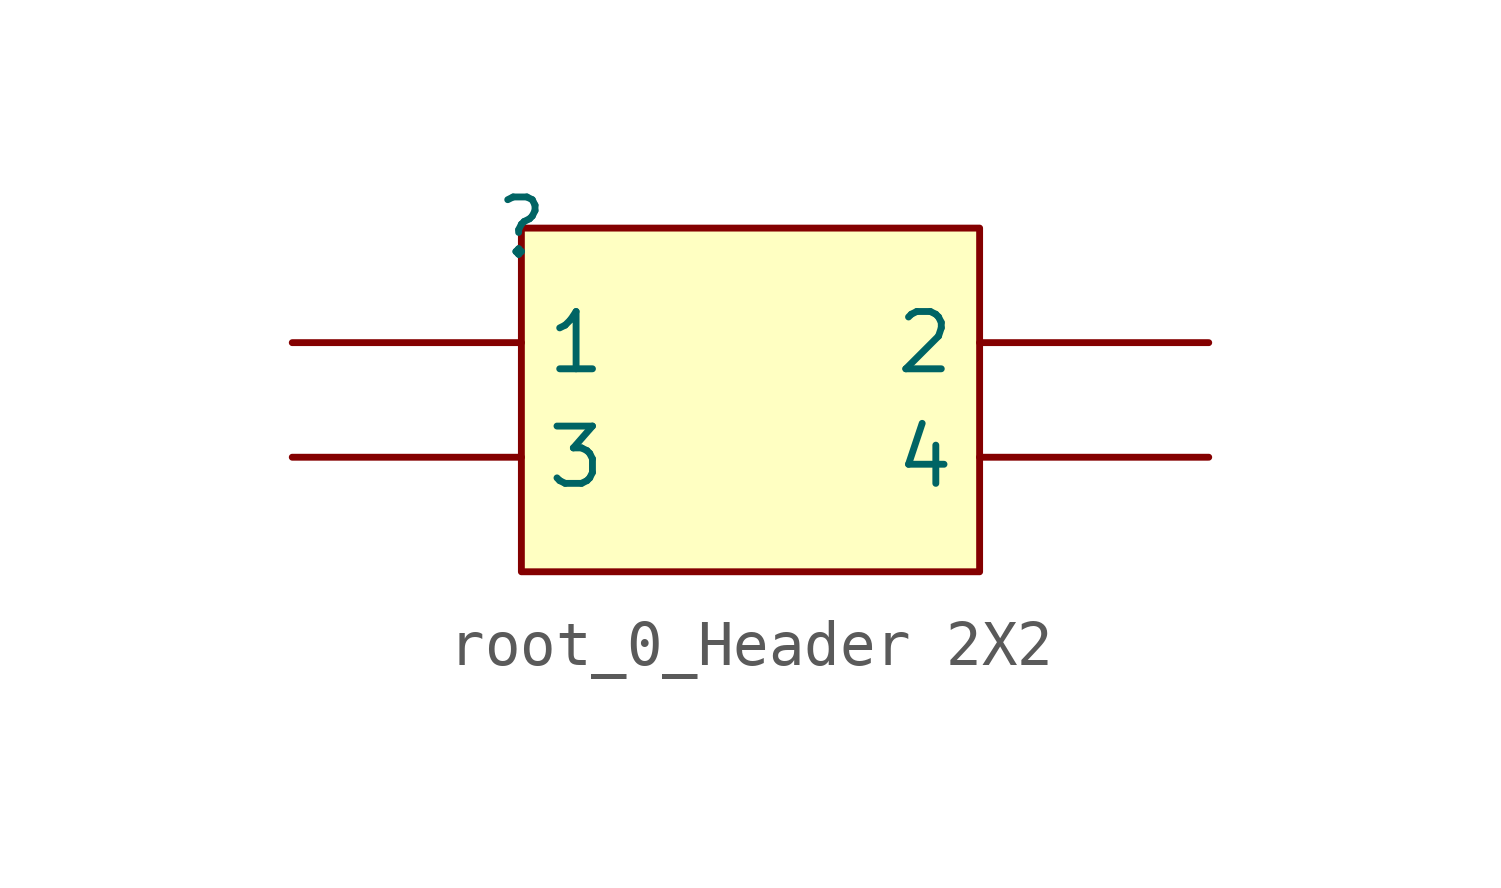
<source format=kicad_sym>
(kicad_symbol_lib
  (version 20220914)
  (generator kicad_symbol_editor)
  (symbol "root_0_Header 2X2"
    (property "Reference" ""
      (at 0 0 0)
      (effects (font (size 1.27 1.27))))
    (property "Value" ""
      (at 0 0 0)
      (effects (font (size 1.27 1.27))))
    (symbol "root_0_Header 2X2_1_0"
      (rectangle (start 10.16 0) (end 0 -7.62) (stroke (width 0) (type solid)) (fill (type background)))
      (pin passive line (at -5.08 -2.54 0) (length 5.08) (name "1" (effects (font (size 1.27 1.27)))) (number "1" (effects (font (size 0 0)))))
      (pin passive line (at 15.24 -2.54 180) (length 5.08) (name "2" (effects (font (size 1.27 1.27)))) (number "2" (effects (font (size 0 0)))))
      (pin passive line (at -5.08 -5.08 0) (length 5.08) (name "3" (effects (font (size 1.27 1.27)))) (number "3" (effects (font (size 0 0)))))
      (pin passive line (at 15.24 -5.08 180) (length 5.08) (name "4" (effects (font (size 1.27 1.27)))) (number "4" (effects (font (size 0 0))))))))
</source>
